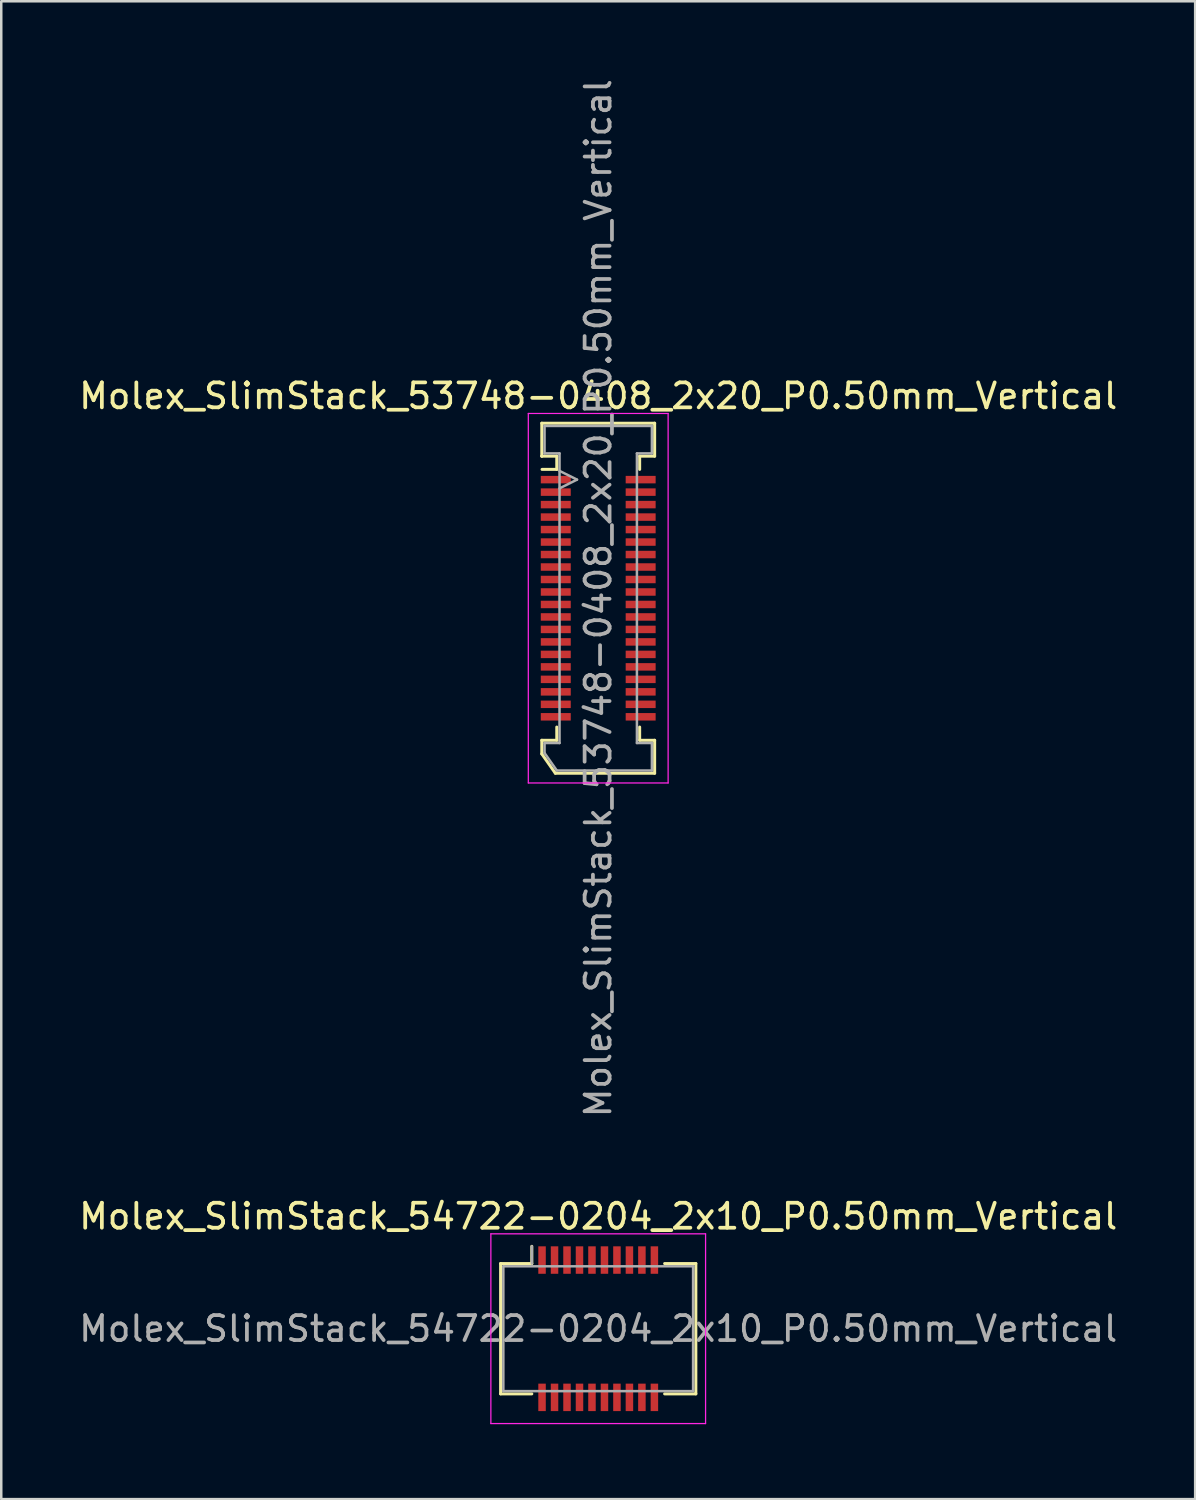
<source format=kicad_pcb>
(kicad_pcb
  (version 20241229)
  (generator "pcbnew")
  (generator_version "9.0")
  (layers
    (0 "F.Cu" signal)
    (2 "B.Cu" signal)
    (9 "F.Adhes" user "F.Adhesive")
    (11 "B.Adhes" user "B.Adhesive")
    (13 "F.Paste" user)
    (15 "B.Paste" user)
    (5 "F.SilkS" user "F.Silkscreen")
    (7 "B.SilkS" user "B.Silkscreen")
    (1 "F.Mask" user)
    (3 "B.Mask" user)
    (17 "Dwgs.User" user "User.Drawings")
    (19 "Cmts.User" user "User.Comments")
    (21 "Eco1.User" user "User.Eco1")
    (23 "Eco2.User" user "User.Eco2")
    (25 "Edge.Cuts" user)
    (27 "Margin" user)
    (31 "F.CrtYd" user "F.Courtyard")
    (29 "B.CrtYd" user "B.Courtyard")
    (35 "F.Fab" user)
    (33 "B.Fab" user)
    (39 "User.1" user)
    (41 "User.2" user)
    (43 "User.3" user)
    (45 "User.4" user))
  (footprint "Molex_SlimStack_53748-0408_2x20_P0.50mm_Vertical"
    (layer "F.Cu")
    (at 20.911 20.911)
    (property "Reference" "Molex_SlimStack_53748-0408_2x20_P0.50mm_Vertical" (at 0 -8.1 0) (layer "F.SilkS") (effects (font (size 1 1) (thickness 0.15))))
    (attr smd)
    (fp_line (start -2.26 -7.01) (end -2.26 -5.69) (stroke (width 0.12) (type solid)) (layer "F.SilkS"))
    (fp_line (start -2.26 -5.69) (end -2.26 -5.69) (stroke (width 0.12) (type solid)) (layer "F.SilkS"))
    (fp_line (start -2.26 -5.69) (end -1.66 -5.69) (stroke (width 0.12) (type solid)) (layer "F.SilkS"))
    (fp_line (start -2.26 5.69) (end -1.66 5.69) (stroke (width 0.12) (type solid)) (layer "F.SilkS"))
    (fp_line (start -2.26 6.235) (end -2.26 5.69) (stroke (width 0.12) (type solid)) (layer "F.SilkS"))
    (fp_line (start -1.717 7.01) (end -2.26 6.235) (stroke (width 0.12) (type solid)) (layer "F.SilkS"))
    (fp_line (start -1.66 -5.69) (end -1.66 -5.16) (stroke (width 0.12) (type solid)) (layer "F.SilkS"))
    (fp_line (start -1.66 -5.16) (end -2.25 -5.16) (stroke (width 0.12) (type solid)) (layer "F.SilkS"))
    (fp_line (start -1.66 5.69) (end -1.66 5.16) (stroke (width 0.12) (type solid)) (layer "F.SilkS"))
    (fp_line (start 1.66 -5.69) (end 2.26 -5.69) (stroke (width 0.12) (type solid)) (layer "F.SilkS"))
    (fp_line (start 1.66 -5.16) (end 1.66 -5.69) (stroke (width 0.12) (type solid)) (layer "F.SilkS"))
    (fp_line (start 1.66 5.16) (end 1.66 5.69) (stroke (width 0.12) (type solid)) (layer "F.SilkS"))
    (fp_line (start 1.66 5.69) (end 2.26 5.69) (stroke (width 0.12) (type solid)) (layer "F.SilkS"))
    (fp_line (start 2.26 -7.01) (end -2.26 -7.01) (stroke (width 0.12) (type solid)) (layer "F.SilkS"))
    (fp_line (start 2.26 -5.69) (end 2.26 -7.01) (stroke (width 0.12) (type solid)) (layer "F.SilkS"))
    (fp_line (start 2.26 5.69) (end 2.26 7.01) (stroke (width 0.12) (type solid)) (layer "F.SilkS"))
    (fp_line (start 2.26 7.01) (end -1.717 7.01) (stroke (width 0.12) (type solid)) (layer "F.SilkS"))
    (fp_line (start -2.8 -7.4) (end -2.8 7.4) (stroke (width 0.05) (type solid)) (layer "F.CrtYd"))
    (fp_line (start -2.8 7.4) (end 2.8 7.4) (stroke (width 0.05) (type solid)) (layer "F.CrtYd"))
    (fp_line (start 2.8 -7.4) (end -2.8 -7.4) (stroke (width 0.05) (type solid)) (layer "F.CrtYd"))
    (fp_line (start 2.8 7.4) (end 2.8 -7.4) (stroke (width 0.05) (type solid)) (layer "F.CrtYd"))
    (fp_line (start -2.15 -6.9) (end -2.15 -5.8) (stroke (width 0.1) (type solid)) (layer "F.Fab"))
    (fp_line (start -2.15 -5.8) (end -1.55 -5.8) (stroke (width 0.1) (type solid)) (layer "F.Fab"))
    (fp_line (start -2.15 5.8) (end -2.15 6.2) (stroke (width 0.1) (type solid)) (layer "F.Fab"))
    (fp_line (start -2.15 6.2) (end -1.66 6.9) (stroke (width 0.1) (type solid)) (layer "F.Fab"))
    (fp_line (start -1.66 6.9) (end 2.15 6.9) (stroke (width 0.1) (type solid)) (layer "F.Fab"))
    (fp_line (start -1.55 -5.8) (end -1.55 5.8) (stroke (width 0.1) (type solid)) (layer "F.Fab"))
    (fp_line (start -1.55 5.8) (end -2.15 5.8) (stroke (width 0.1) (type solid)) (layer "F.Fab"))
    (fp_line (start -0.85 -4.75) (end -1.55 -5.1) (stroke (width 0.1) (type solid)) (layer "F.Fab"))
    (fp_line (start -0.85 -4.75) (end -1.55 -4.4) (stroke (width 0.1) (type solid)) (layer "F.Fab"))
    (fp_line (start 1.55 -5.8) (end 2.15 -5.8) (stroke (width 0.1) (type solid)) (layer "F.Fab"))
    (fp_line (start 1.55 5.8) (end 1.55 -5.8) (stroke (width 0.1) (type solid)) (layer "F.Fab"))
    (fp_line (start 2.15 -6.9) (end -2.15 -6.9) (stroke (width 0.1) (type solid)) (layer "F.Fab"))
    (fp_line (start 2.15 -5.8) (end 2.15 -6.9) (stroke (width 0.1) (type solid)) (layer "F.Fab"))
    (fp_line (start 2.15 5.8) (end 1.55 5.8) (stroke (width 0.1) (type solid)) (layer "F.Fab"))
    (fp_line (start 2.15 6.9) (end 2.15 5.8) (stroke (width 0.1) (type solid)) (layer "F.Fab"))
    (fp_text user "${REFERENCE}" (at 0 0 90) (layer "F.Fab") (effects (font (size 1 1) (thickness 0.15))))
    (pad "1" smd rect (at -1.7 -4.75) (size 1.2 0.3) (layers "F.Cu" "F.Mask" "F.Paste"))
    (pad "2" smd rect (at 1.7 -4.75) (size 1.2 0.3) (layers "F.Cu" "F.Mask" "F.Paste"))
    (pad "3" smd rect (at -1.7 -4.25) (size 1.2 0.3) (layers "F.Cu" "F.Mask" "F.Paste"))
    (pad "4" smd rect (at 1.7 -4.25) (size 1.2 0.3) (layers "F.Cu" "F.Mask" "F.Paste"))
    (pad "5" smd rect (at -1.7 -3.75) (size 1.2 0.3) (layers "F.Cu" "F.Mask" "F.Paste"))
    (pad "6" smd rect (at 1.7 -3.75) (size 1.2 0.3) (layers "F.Cu" "F.Mask" "F.Paste"))
    (pad "7" smd rect (at -1.7 -3.25) (size 1.2 0.3) (layers "F.Cu" "F.Mask" "F.Paste"))
    (pad "8" smd rect (at 1.7 -3.25) (size 1.2 0.3) (layers "F.Cu" "F.Mask" "F.Paste"))
    (pad "9" smd rect (at -1.7 -2.75) (size 1.2 0.3) (layers "F.Cu" "F.Mask" "F.Paste"))
    (pad "10" smd rect (at 1.7 -2.75) (size 1.2 0.3) (layers "F.Cu" "F.Mask" "F.Paste"))
    (pad "11" smd rect (at -1.7 -2.25) (size 1.2 0.3) (layers "F.Cu" "F.Mask" "F.Paste"))
    (pad "12" smd rect (at 1.7 -2.25) (size 1.2 0.3) (layers "F.Cu" "F.Mask" "F.Paste"))
    (pad "13" smd rect (at -1.7 -1.75) (size 1.2 0.3) (layers "F.Cu" "F.Mask" "F.Paste"))
    (pad "14" smd rect (at 1.7 -1.75) (size 1.2 0.3) (layers "F.Cu" "F.Mask" "F.Paste"))
    (pad "15" smd rect (at -1.7 -1.25) (size 1.2 0.3) (layers "F.Cu" "F.Mask" "F.Paste"))
    (pad "16" smd rect (at 1.7 -1.25) (size 1.2 0.3) (layers "F.Cu" "F.Mask" "F.Paste"))
    (pad "17" smd rect (at -1.7 -0.75) (size 1.2 0.3) (layers "F.Cu" "F.Mask" "F.Paste"))
    (pad "18" smd rect (at 1.7 -0.75) (size 1.2 0.3) (layers "F.Cu" "F.Mask" "F.Paste"))
    (pad "19" smd rect (at -1.7 -0.25) (size 1.2 0.3) (layers "F.Cu" "F.Mask" "F.Paste"))
    (pad "20" smd rect (at 1.7 -0.25) (size 1.2 0.3) (layers "F.Cu" "F.Mask" "F.Paste"))
    (pad "21" smd rect (at -1.7 0.25) (size 1.2 0.3) (layers "F.Cu" "F.Mask" "F.Paste"))
    (pad "22" smd rect (at 1.7 0.25) (size 1.2 0.3) (layers "F.Cu" "F.Mask" "F.Paste"))
    (pad "23" smd rect (at -1.7 0.75) (size 1.2 0.3) (layers "F.Cu" "F.Mask" "F.Paste"))
    (pad "24" smd rect (at 1.7 0.75) (size 1.2 0.3) (layers "F.Cu" "F.Mask" "F.Paste"))
    (pad "25" smd rect (at -1.7 1.25) (size 1.2 0.3) (layers "F.Cu" "F.Mask" "F.Paste"))
    (pad "26" smd rect (at 1.7 1.25) (size 1.2 0.3) (layers "F.Cu" "F.Mask" "F.Paste"))
    (pad "27" smd rect (at -1.7 1.75) (size 1.2 0.3) (layers "F.Cu" "F.Mask" "F.Paste"))
    (pad "28" smd rect (at 1.7 1.75) (size 1.2 0.3) (layers "F.Cu" "F.Mask" "F.Paste"))
    (pad "29" smd rect (at -1.7 2.25) (size 1.2 0.3) (layers "F.Cu" "F.Mask" "F.Paste"))
    (pad "30" smd rect (at 1.7 2.25) (size 1.2 0.3) (layers "F.Cu" "F.Mask" "F.Paste"))
    (pad "31" smd rect (at -1.7 2.75) (size 1.2 0.3) (layers "F.Cu" "F.Mask" "F.Paste"))
    (pad "32" smd rect (at 1.7 2.75) (size 1.2 0.3) (layers "F.Cu" "F.Mask" "F.Paste"))
    (pad "33" smd rect (at -1.7 3.25) (size 1.2 0.3) (layers "F.Cu" "F.Mask" "F.Paste"))
    (pad "34" smd rect (at 1.7 3.25) (size 1.2 0.3) (layers "F.Cu" "F.Mask" "F.Paste"))
    (pad "35" smd rect (at -1.7 3.75) (size 1.2 0.3) (layers "F.Cu" "F.Mask" "F.Paste"))
    (pad "36" smd rect (at 1.7 3.75) (size 1.2 0.3) (layers "F.Cu" "F.Mask" "F.Paste"))
    (pad "37" smd rect (at -1.7 4.25) (size 1.2 0.3) (layers "F.Cu" "F.Mask" "F.Paste"))
    (pad "38" smd rect (at 1.7 4.25) (size 1.2 0.3) (layers "F.Cu" "F.Mask" "F.Paste"))
    (pad "39" smd rect (at -1.7 4.75) (size 1.2 0.3) (layers "F.Cu" "F.Mask" "F.Paste"))
    (pad "40" smd rect (at 1.7 4.75) (size 1.2 0.3) (layers "F.Cu" "F.Mask" "F.Paste")))
  (footprint "Molex_SlimStack_54722-0204_2x10_P0.50mm_Vertical"
    (layer "F.Cu")
    (at 20.911 50.17)
    (property "Reference" "Molex_SlimStack_54722-0204_2x10_P0.50mm_Vertical" (at 0 -4.5 0) (layer "F.SilkS") (effects (font (size 1 1) (thickness 0.15))))
    (attr smd)
    (fp_line (start -3.91 -2.61) (end -2.66 -2.61) (stroke (width 0.12) (type solid)) (layer "F.SilkS"))
    (fp_line (start -3.91 2.61) (end -3.91 -2.61) (stroke (width 0.12) (type solid)) (layer "F.SilkS"))
    (fp_line (start -2.66 -2.61) (end -2.66 -3.3) (stroke (width 0.12) (type solid)) (layer "F.SilkS"))
    (fp_line (start -2.66 2.61) (end -3.91 2.61) (stroke (width 0.12) (type solid)) (layer "F.SilkS"))
    (fp_line (start 2.66 2.61) (end 3.91 2.61) (stroke (width 0.12) (type solid)) (layer "F.SilkS"))
    (fp_line (start 3.91 -2.61) (end 2.66 -2.61) (stroke (width 0.12) (type solid)) (layer "F.SilkS"))
    (fp_line (start 3.91 2.61) (end 3.91 -2.61) (stroke (width 0.12) (type solid)) (layer "F.SilkS"))
    (fp_line (start -4.3 -3.8) (end -4.3 3.8) (stroke (width 0.05) (type solid)) (layer "F.CrtYd"))
    (fp_line (start -4.3 3.8) (end 4.3 3.8) (stroke (width 0.05) (type solid)) (layer "F.CrtYd"))
    (fp_line (start 4.3 -3.8) (end -4.3 -3.8) (stroke (width 0.05) (type solid)) (layer "F.CrtYd"))
    (fp_line (start 4.3 3.8) (end 4.3 -3.8) (stroke (width 0.05) (type solid)) (layer "F.CrtYd"))
    (fp_line (start -3.8 -2.5) (end -3.8 2.5) (stroke (width 0.1) (type solid)) (layer "F.Fab"))
    (fp_line (start -3.8 2.5) (end 3.8 2.5) (stroke (width 0.1) (type solid)) (layer "F.Fab"))
    (fp_line (start -2.66 -2.61) (end -2.66 -3.3) (stroke (width 0.1) (type solid)) (layer "F.Fab"))
    (fp_line (start 3.8 -2.5) (end -3.8 -2.5) (stroke (width 0.1) (type solid)) (layer "F.Fab"))
    (fp_line (start 3.8 2.5) (end 3.8 -2.5) (stroke (width 0.1) (type solid)) (layer "F.Fab"))
    (fp_text user "${REFERENCE}" (at 0 0 0) (layer "F.Fab") (effects (font (size 1 1) (thickness 0.15))))
    (pad "1" smd rect (at -2.25 -2.75) (size 0.3 1.1) (layers "F.Cu" "F.Mask" "F.Paste"))
    (pad "2" smd rect (at -2.25 2.75) (size 0.3 1.1) (layers "F.Cu" "F.Mask" "F.Paste"))
    (pad "3" smd rect (at -1.75 -2.75) (size 0.3 1.1) (layers "F.Cu" "F.Mask" "F.Paste"))
    (pad "4" smd rect (at -1.75 2.75) (size 0.3 1.1) (layers "F.Cu" "F.Mask" "F.Paste"))
    (pad "5" smd rect (at -1.25 -2.75) (size 0.3 1.1) (layers "F.Cu" "F.Mask" "F.Paste"))
    (pad "6" smd rect (at -1.25 2.75) (size 0.3 1.1) (layers "F.Cu" "F.Mask" "F.Paste"))
    (pad "7" smd rect (at -0.75 -2.75) (size 0.3 1.1) (layers "F.Cu" "F.Mask" "F.Paste"))
    (pad "8" smd rect (at -0.75 2.75) (size 0.3 1.1) (layers "F.Cu" "F.Mask" "F.Paste"))
    (pad "9" smd rect (at -0.25 -2.75) (size 0.3 1.1) (layers "F.Cu" "F.Mask" "F.Paste"))
    (pad "10" smd rect (at -0.25 2.75) (size 0.3 1.1) (layers "F.Cu" "F.Mask" "F.Paste"))
    (pad "11" smd rect (at 0.25 -2.75) (size 0.3 1.1) (layers "F.Cu" "F.Mask" "F.Paste"))
    (pad "12" smd rect (at 0.25 2.75) (size 0.3 1.1) (layers "F.Cu" "F.Mask" "F.Paste"))
    (pad "13" smd rect (at 0.75 -2.75) (size 0.3 1.1) (layers "F.Cu" "F.Mask" "F.Paste"))
    (pad "14" smd rect (at 0.75 2.75) (size 0.3 1.1) (layers "F.Cu" "F.Mask" "F.Paste"))
    (pad "15" smd rect (at 1.25 -2.75) (size 0.3 1.1) (layers "F.Cu" "F.Mask" "F.Paste"))
    (pad "16" smd rect (at 1.25 2.75) (size 0.3 1.1) (layers "F.Cu" "F.Mask" "F.Paste"))
    (pad "17" smd rect (at 1.75 -2.75) (size 0.3 1.1) (layers "F.Cu" "F.Mask" "F.Paste"))
    (pad "18" smd rect (at 1.75 2.75) (size 0.3 1.1) (layers "F.Cu" "F.Mask" "F.Paste"))
    (pad "19" smd rect (at 2.25 -2.75) (size 0.3 1.1) (layers "F.Cu" "F.Mask" "F.Paste"))
    (pad "20" smd rect (at 2.25 2.75) (size 0.3 1.1) (layers "F.Cu" "F.Mask" "F.Paste")))
  (gr_rect
    (start -3 -3)
    (end 44.821 56.995)
    (stroke (width 0.1) (type default))
    (fill no)
    (layer "Edge.Cuts")))
</source>
